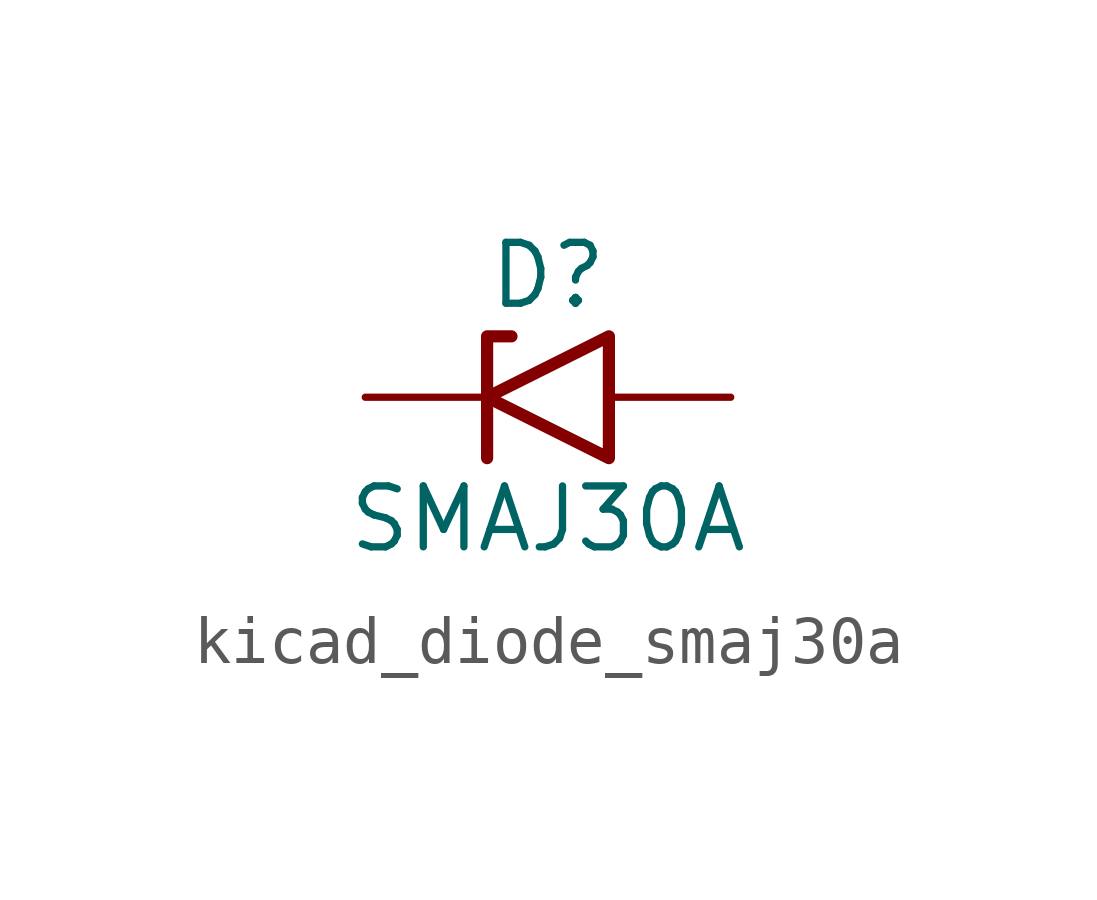
<source format=kicad_sym>
(kicad_symbol_lib
  (version 20220914)
  (generator kicad_symbol_editor)
  (symbol "kicad_diode_smaj30a"
    (pin_numbers hide)
    (pin_names
      (offset 1.016) hide)
    (property "Reference" "D"
      (at 0 2.54 0)
      (effects (font (size 1.27 1.27))))
    (property "Value" "SMAJ30A"
      (at 0 -2.54 0)
      (effects (font (size 1.27 1.27))))
    (symbol "kicad_diode_smaj30a_0_1"
      (polyline (pts (xy -0.762 1.27) (xy -1.27 1.27) (xy -1.27 -1.27)) (stroke (width 0.254) (type default)) (fill (type none)))
      (polyline (pts (xy 1.27 1.27) (xy 1.27 -1.27) (xy -1.27 0) (xy 1.27 1.27)) (stroke (width 0.254) (type default)) (fill (type none))))
    (symbol "kicad_diode_smaj30a_1_1"
      (pin passive line (at -3.81 0 0) (length 2.54) (name "A1" (effects (font (size 1.27 1.27)))) (number "1" (effects (font (size 1.27 1.27)))))
      (pin passive line (at 3.81 0 180) (length 2.54) (name "A2" (effects (font (size 1.27 1.27)))) (number "2" (effects (font (size 1.27 1.27))))))))
</source>
